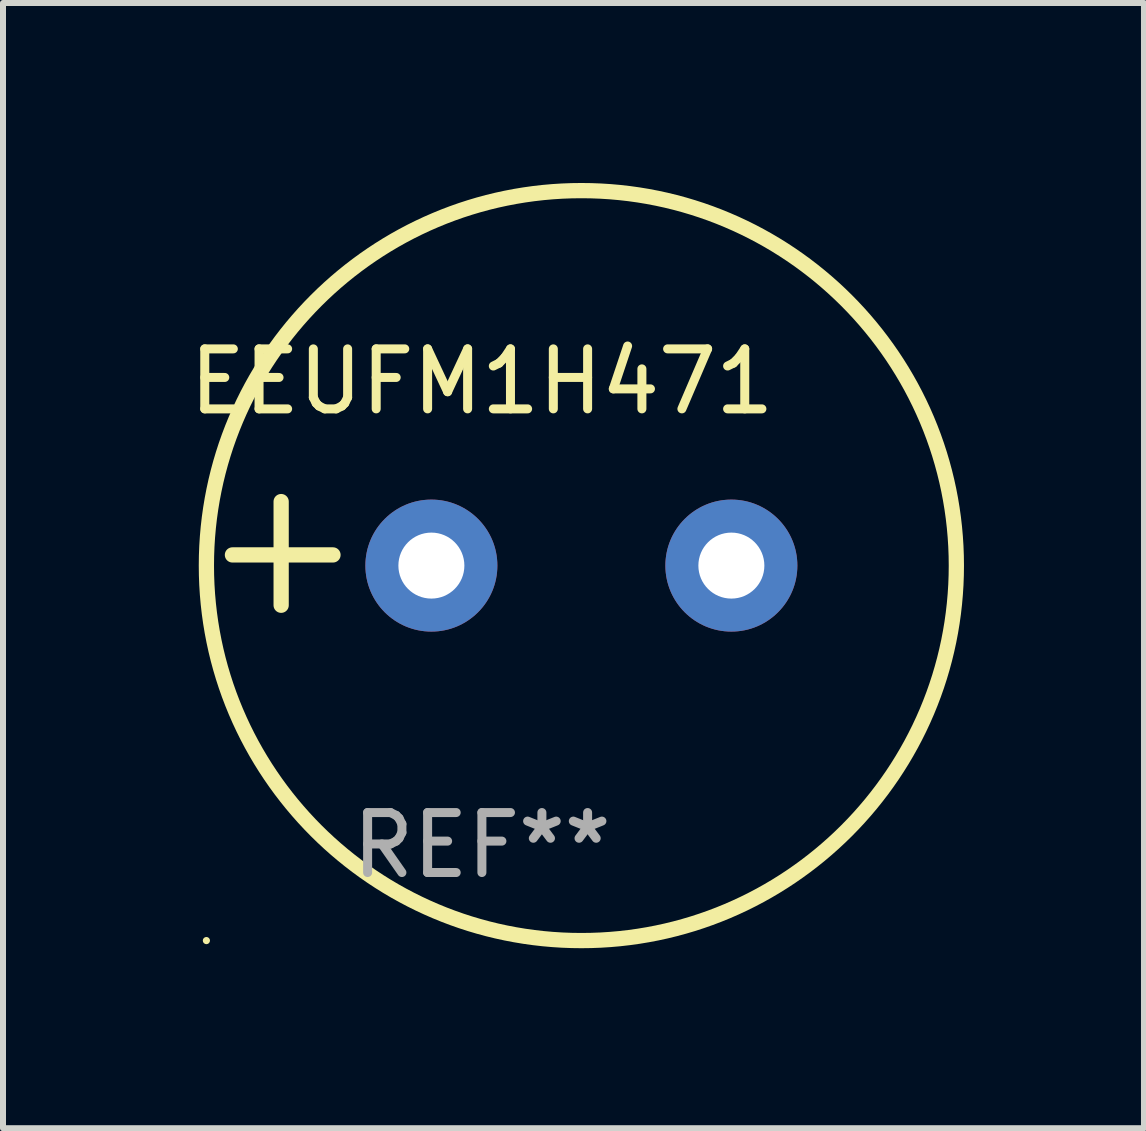
<source format=kicad_pcb>
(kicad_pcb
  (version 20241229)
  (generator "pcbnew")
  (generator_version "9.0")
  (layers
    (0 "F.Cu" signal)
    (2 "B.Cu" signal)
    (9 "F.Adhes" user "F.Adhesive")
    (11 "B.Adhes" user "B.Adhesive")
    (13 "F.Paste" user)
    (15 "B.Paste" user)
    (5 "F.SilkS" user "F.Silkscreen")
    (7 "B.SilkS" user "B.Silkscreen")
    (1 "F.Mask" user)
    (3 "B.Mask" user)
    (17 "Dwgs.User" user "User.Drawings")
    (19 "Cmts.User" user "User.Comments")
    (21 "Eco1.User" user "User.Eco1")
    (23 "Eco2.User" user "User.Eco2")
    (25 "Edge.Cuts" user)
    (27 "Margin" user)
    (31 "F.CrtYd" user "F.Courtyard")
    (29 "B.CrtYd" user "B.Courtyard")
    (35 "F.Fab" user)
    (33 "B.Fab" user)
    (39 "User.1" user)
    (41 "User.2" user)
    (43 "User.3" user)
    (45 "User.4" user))
  (footprint "EEUFM1H471"
    (layer "F.Cu")
    (at 4.982 6.174)
    (property "Reference" "EEUFM1H471" (at 0 -2.864 0) (layer "F.SilkS") (effects (font (size 1 1) (thickness 0.15))))
    (attr through_hole)
    (fp_line (start -3.346 0.864) (end -3.346 -0.864) (stroke (width 0.254) (type solid)) (layer "F.SilkS"))
    (fp_line (start -2.482 0.025) (end -4.158 0.025) (stroke (width 0.254) (type solid)) (layer "F.SilkS"))
    (fp_circle (center -4.592 6.453) (end -4.562 6.453) (stroke (width 0.06) (type solid)) (fill no) (layer "F.SilkS"))
    (fp_circle (center 1.658 0.203) (end 7.908 0.203) (stroke (width 0.254) (type solid)) (fill no) (layer "F.SilkS"))
    (fp_text user "REF**" (at 0 4.864 0) (layer "F.Fab") (effects (font (size 1 1) (thickness 0.15))))
    (pad "1" thru_hole circle (at -0.842 0.203) (size 2.2 2.2) (drill 1.1) (layers "*.Cu" "*.Mask"))
    (pad "2" thru_hole circle (at 4.158 0.203) (size 2.2 2.2) (drill 1.1) (layers "*.Cu" "*.Mask")))
  (gr_rect
    (start -3 -3)
    (end 16.017 15.754)
    (stroke (width 0.1) (type default))
    (fill no)
    (layer "Edge.Cuts")))
</source>
